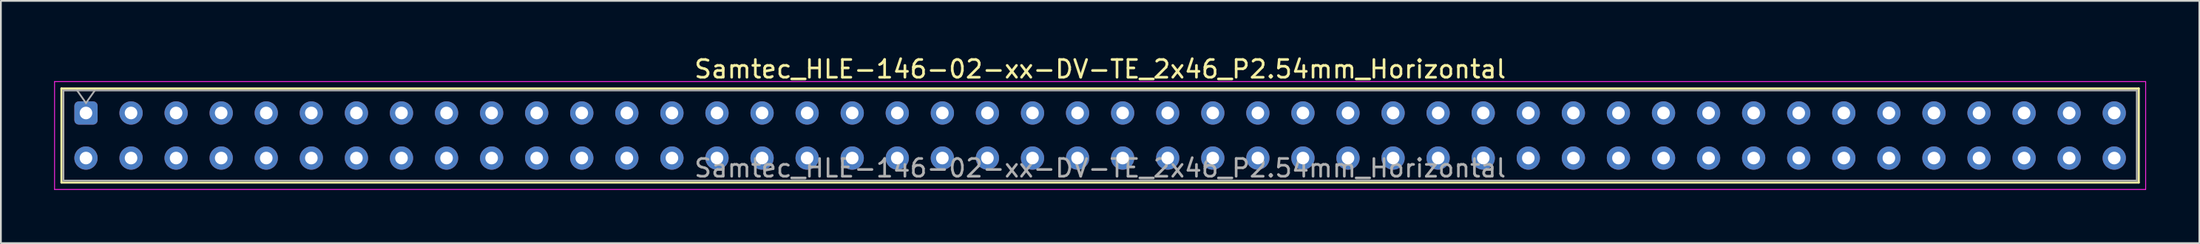
<source format=kicad_pcb>
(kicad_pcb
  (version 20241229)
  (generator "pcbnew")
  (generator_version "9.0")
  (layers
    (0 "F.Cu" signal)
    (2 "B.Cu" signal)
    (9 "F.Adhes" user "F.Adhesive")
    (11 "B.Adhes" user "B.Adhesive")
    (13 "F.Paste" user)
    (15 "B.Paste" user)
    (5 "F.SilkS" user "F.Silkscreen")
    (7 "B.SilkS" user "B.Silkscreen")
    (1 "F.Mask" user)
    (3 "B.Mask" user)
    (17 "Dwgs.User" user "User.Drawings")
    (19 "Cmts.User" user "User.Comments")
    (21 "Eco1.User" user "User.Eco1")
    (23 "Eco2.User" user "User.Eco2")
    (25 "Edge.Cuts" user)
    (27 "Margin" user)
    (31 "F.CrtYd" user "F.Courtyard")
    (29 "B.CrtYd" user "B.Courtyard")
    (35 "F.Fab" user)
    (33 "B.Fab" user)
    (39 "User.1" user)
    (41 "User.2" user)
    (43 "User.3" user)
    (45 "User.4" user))
  (footprint "Samtec_HLE-146-02-xx-DV-TE_2x46_P2.54mm_Horizontal"
    (layer "F.Cu")
    (at 1.795 3.318)
    (property "Reference" "Samtec_HLE-146-02-xx-DV-TE_2x46_P2.54mm_Horizontal" (at 57.15 -2.47 0) (layer "F.SilkS") (effects (font (size 1 1) (thickness 0.15))))
    (attr through_hole)
    (fp_line (start -1.38 -1.38) (end 115.68 -1.38) (stroke (width 0.12) (type solid)) (layer "F.SilkS"))
    (fp_line (start -1.38 3.92) (end -1.38 -1.38) (stroke (width 0.12) (type solid)) (layer "F.SilkS"))
    (fp_line (start 115.68 -1.38) (end 115.68 3.92) (stroke (width 0.12) (type solid)) (layer "F.SilkS"))
    (fp_line (start 115.68 3.92) (end -1.38 3.92) (stroke (width 0.12) (type solid)) (layer "F.SilkS"))
    (fp_line (start -1.77 -1.77) (end 116.07 -1.77) (stroke (width 0.05) (type solid)) (layer "F.CrtYd"))
    (fp_line (start -1.77 4.31) (end -1.77 -1.77) (stroke (width 0.05) (type solid)) (layer "F.CrtYd"))
    (fp_line (start 116.07 -1.77) (end 116.07 4.31) (stroke (width 0.05) (type solid)) (layer "F.CrtYd"))
    (fp_line (start 116.07 4.31) (end -1.77 4.31) (stroke (width 0.05) (type solid)) (layer "F.CrtYd"))
    (fp_line (start -1.27 -1.27) (end 115.57 -1.27) (stroke (width 0.1) (type solid)) (layer "F.Fab"))
    (fp_line (start -1.27 3.81) (end -1.27 -1.27) (stroke (width 0.1) (type solid)) (layer "F.Fab"))
    (fp_line (start -0.5 -1.27) (end 0 -0.563) (stroke (width 0.1) (type solid)) (layer "F.Fab"))
    (fp_line (start 0 -0.563) (end 0.5 -1.27) (stroke (width 0.1) (type solid)) (layer "F.Fab"))
    (fp_line (start 115.57 -1.27) (end 115.57 3.81) (stroke (width 0.1) (type solid)) (layer "F.Fab"))
    (fp_line (start 115.57 3.81) (end -1.27 3.81) (stroke (width 0.1) (type solid)) (layer "F.Fab"))
    (fp_text user "${REFERENCE}" (at 57.15 3.11 0) (layer "F.Fab") (effects (font (size 1 1) (thickness 0.15))))
    (pad "1" thru_hole roundrect (at 0 0) (size 1.31 1.31) (drill 0.71) (layers "*.Cu" "*.Mask") (roundrect_rratio 0.191))
    (pad "2" thru_hole circle (at 0 2.54) (size 1.31 1.31) (drill 0.71) (layers "*.Cu" "*.Mask"))
    (pad "3" thru_hole circle (at 2.54 0) (size 1.31 1.31) (drill 0.71) (layers "*.Cu" "*.Mask"))
    (pad "4" thru_hole circle (at 2.54 2.54) (size 1.31 1.31) (drill 0.71) (layers "*.Cu" "*.Mask"))
    (pad "5" thru_hole circle (at 5.08 0) (size 1.31 1.31) (drill 0.71) (layers "*.Cu" "*.Mask"))
    (pad "6" thru_hole circle (at 5.08 2.54) (size 1.31 1.31) (drill 0.71) (layers "*.Cu" "*.Mask"))
    (pad "7" thru_hole circle (at 7.62 0) (size 1.31 1.31) (drill 0.71) (layers "*.Cu" "*.Mask"))
    (pad "8" thru_hole circle (at 7.62 2.54) (size 1.31 1.31) (drill 0.71) (layers "*.Cu" "*.Mask"))
    (pad "9" thru_hole circle (at 10.16 0) (size 1.31 1.31) (drill 0.71) (layers "*.Cu" "*.Mask"))
    (pad "10" thru_hole circle (at 10.16 2.54) (size 1.31 1.31) (drill 0.71) (layers "*.Cu" "*.Mask"))
    (pad "11" thru_hole circle (at 12.7 0) (size 1.31 1.31) (drill 0.71) (layers "*.Cu" "*.Mask"))
    (pad "12" thru_hole circle (at 12.7 2.54) (size 1.31 1.31) (drill 0.71) (layers "*.Cu" "*.Mask"))
    (pad "13" thru_hole circle (at 15.24 0) (size 1.31 1.31) (drill 0.71) (layers "*.Cu" "*.Mask"))
    (pad "14" thru_hole circle (at 15.24 2.54) (size 1.31 1.31) (drill 0.71) (layers "*.Cu" "*.Mask"))
    (pad "15" thru_hole circle (at 17.78 0) (size 1.31 1.31) (drill 0.71) (layers "*.Cu" "*.Mask"))
    (pad "16" thru_hole circle (at 17.78 2.54) (size 1.31 1.31) (drill 0.71) (layers "*.Cu" "*.Mask"))
    (pad "17" thru_hole circle (at 20.32 0) (size 1.31 1.31) (drill 0.71) (layers "*.Cu" "*.Mask"))
    (pad "18" thru_hole circle (at 20.32 2.54) (size 1.31 1.31) (drill 0.71) (layers "*.Cu" "*.Mask"))
    (pad "19" thru_hole circle (at 22.86 0) (size 1.31 1.31) (drill 0.71) (layers "*.Cu" "*.Mask"))
    (pad "20" thru_hole circle (at 22.86 2.54) (size 1.31 1.31) (drill 0.71) (layers "*.Cu" "*.Mask"))
    (pad "21" thru_hole circle (at 25.4 0) (size 1.31 1.31) (drill 0.71) (layers "*.Cu" "*.Mask"))
    (pad "22" thru_hole circle (at 25.4 2.54) (size 1.31 1.31) (drill 0.71) (layers "*.Cu" "*.Mask"))
    (pad "23" thru_hole circle (at 27.94 0) (size 1.31 1.31) (drill 0.71) (layers "*.Cu" "*.Mask"))
    (pad "24" thru_hole circle (at 27.94 2.54) (size 1.31 1.31) (drill 0.71) (layers "*.Cu" "*.Mask"))
    (pad "25" thru_hole circle (at 30.48 0) (size 1.31 1.31) (drill 0.71) (layers "*.Cu" "*.Mask"))
    (pad "26" thru_hole circle (at 30.48 2.54) (size 1.31 1.31) (drill 0.71) (layers "*.Cu" "*.Mask"))
    (pad "27" thru_hole circle (at 33.02 0) (size 1.31 1.31) (drill 0.71) (layers "*.Cu" "*.Mask"))
    (pad "28" thru_hole circle (at 33.02 2.54) (size 1.31 1.31) (drill 0.71) (layers "*.Cu" "*.Mask"))
    (pad "29" thru_hole circle (at 35.56 0) (size 1.31 1.31) (drill 0.71) (layers "*.Cu" "*.Mask"))
    (pad "30" thru_hole circle (at 35.56 2.54) (size 1.31 1.31) (drill 0.71) (layers "*.Cu" "*.Mask"))
    (pad "31" thru_hole circle (at 38.1 0) (size 1.31 1.31) (drill 0.71) (layers "*.Cu" "*.Mask"))
    (pad "32" thru_hole circle (at 38.1 2.54) (size 1.31 1.31) (drill 0.71) (layers "*.Cu" "*.Mask"))
    (pad "33" thru_hole circle (at 40.64 0) (size 1.31 1.31) (drill 0.71) (layers "*.Cu" "*.Mask"))
    (pad "34" thru_hole circle (at 40.64 2.54) (size 1.31 1.31) (drill 0.71) (layers "*.Cu" "*.Mask"))
    (pad "35" thru_hole circle (at 43.18 0) (size 1.31 1.31) (drill 0.71) (layers "*.Cu" "*.Mask"))
    (pad "36" thru_hole circle (at 43.18 2.54) (size 1.31 1.31) (drill 0.71) (layers "*.Cu" "*.Mask"))
    (pad "37" thru_hole circle (at 45.72 0) (size 1.31 1.31) (drill 0.71) (layers "*.Cu" "*.Mask"))
    (pad "38" thru_hole circle (at 45.72 2.54) (size 1.31 1.31) (drill 0.71) (layers "*.Cu" "*.Mask"))
    (pad "39" thru_hole circle (at 48.26 0) (size 1.31 1.31) (drill 0.71) (layers "*.Cu" "*.Mask"))
    (pad "40" thru_hole circle (at 48.26 2.54) (size 1.31 1.31) (drill 0.71) (layers "*.Cu" "*.Mask"))
    (pad "41" thru_hole circle (at 50.8 0) (size 1.31 1.31) (drill 0.71) (layers "*.Cu" "*.Mask"))
    (pad "42" thru_hole circle (at 50.8 2.54) (size 1.31 1.31) (drill 0.71) (layers "*.Cu" "*.Mask"))
    (pad "43" thru_hole circle (at 53.34 0) (size 1.31 1.31) (drill 0.71) (layers "*.Cu" "*.Mask"))
    (pad "44" thru_hole circle (at 53.34 2.54) (size 1.31 1.31) (drill 0.71) (layers "*.Cu" "*.Mask"))
    (pad "45" thru_hole circle (at 55.88 0) (size 1.31 1.31) (drill 0.71) (layers "*.Cu" "*.Mask"))
    (pad "46" thru_hole circle (at 55.88 2.54) (size 1.31 1.31) (drill 0.71) (layers "*.Cu" "*.Mask"))
    (pad "47" thru_hole circle (at 58.42 0) (size 1.31 1.31) (drill 0.71) (layers "*.Cu" "*.Mask"))
    (pad "48" thru_hole circle (at 58.42 2.54) (size 1.31 1.31) (drill 0.71) (layers "*.Cu" "*.Mask"))
    (pad "49" thru_hole circle (at 60.96 0) (size 1.31 1.31) (drill 0.71) (layers "*.Cu" "*.Mask"))
    (pad "50" thru_hole circle (at 60.96 2.54) (size 1.31 1.31) (drill 0.71) (layers "*.Cu" "*.Mask"))
    (pad "51" thru_hole circle (at 63.5 0) (size 1.31 1.31) (drill 0.71) (layers "*.Cu" "*.Mask"))
    (pad "52" thru_hole circle (at 63.5 2.54) (size 1.31 1.31) (drill 0.71) (layers "*.Cu" "*.Mask"))
    (pad "53" thru_hole circle (at 66.04 0) (size 1.31 1.31) (drill 0.71) (layers "*.Cu" "*.Mask"))
    (pad "54" thru_hole circle (at 66.04 2.54) (size 1.31 1.31) (drill 0.71) (layers "*.Cu" "*.Mask"))
    (pad "55" thru_hole circle (at 68.58 0) (size 1.31 1.31) (drill 0.71) (layers "*.Cu" "*.Mask"))
    (pad "56" thru_hole circle (at 68.58 2.54) (size 1.31 1.31) (drill 0.71) (layers "*.Cu" "*.Mask"))
    (pad "57" thru_hole circle (at 71.12 0) (size 1.31 1.31) (drill 0.71) (layers "*.Cu" "*.Mask"))
    (pad "58" thru_hole circle (at 71.12 2.54) (size 1.31 1.31) (drill 0.71) (layers "*.Cu" "*.Mask"))
    (pad "59" thru_hole circle (at 73.66 0) (size 1.31 1.31) (drill 0.71) (layers "*.Cu" "*.Mask"))
    (pad "60" thru_hole circle (at 73.66 2.54) (size 1.31 1.31) (drill 0.71) (layers "*.Cu" "*.Mask"))
    (pad "61" thru_hole circle (at 76.2 0) (size 1.31 1.31) (drill 0.71) (layers "*.Cu" "*.Mask"))
    (pad "62" thru_hole circle (at 76.2 2.54) (size 1.31 1.31) (drill 0.71) (layers "*.Cu" "*.Mask"))
    (pad "63" thru_hole circle (at 78.74 0) (size 1.31 1.31) (drill 0.71) (layers "*.Cu" "*.Mask"))
    (pad "64" thru_hole circle (at 78.74 2.54) (size 1.31 1.31) (drill 0.71) (layers "*.Cu" "*.Mask"))
    (pad "65" thru_hole circle (at 81.28 0) (size 1.31 1.31) (drill 0.71) (layers "*.Cu" "*.Mask"))
    (pad "66" thru_hole circle (at 81.28 2.54) (size 1.31 1.31) (drill 0.71) (layers "*.Cu" "*.Mask"))
    (pad "67" thru_hole circle (at 83.82 0) (size 1.31 1.31) (drill 0.71) (layers "*.Cu" "*.Mask"))
    (pad "68" thru_hole circle (at 83.82 2.54) (size 1.31 1.31) (drill 0.71) (layers "*.Cu" "*.Mask"))
    (pad "69" thru_hole circle (at 86.36 0) (size 1.31 1.31) (drill 0.71) (layers "*.Cu" "*.Mask"))
    (pad "70" thru_hole circle (at 86.36 2.54) (size 1.31 1.31) (drill 0.71) (layers "*.Cu" "*.Mask"))
    (pad "71" thru_hole circle (at 88.9 0) (size 1.31 1.31) (drill 0.71) (layers "*.Cu" "*.Mask"))
    (pad "72" thru_hole circle (at 88.9 2.54) (size 1.31 1.31) (drill 0.71) (layers "*.Cu" "*.Mask"))
    (pad "73" thru_hole circle (at 91.44 0) (size 1.31 1.31) (drill 0.71) (layers "*.Cu" "*.Mask"))
    (pad "74" thru_hole circle (at 91.44 2.54) (size 1.31 1.31) (drill 0.71) (layers "*.Cu" "*.Mask"))
    (pad "75" thru_hole circle (at 93.98 0) (size 1.31 1.31) (drill 0.71) (layers "*.Cu" "*.Mask"))
    (pad "76" thru_hole circle (at 93.98 2.54) (size 1.31 1.31) (drill 0.71) (layers "*.Cu" "*.Mask"))
    (pad "77" thru_hole circle (at 96.52 0) (size 1.31 1.31) (drill 0.71) (layers "*.Cu" "*.Mask"))
    (pad "78" thru_hole circle (at 96.52 2.54) (size 1.31 1.31) (drill 0.71) (layers "*.Cu" "*.Mask"))
    (pad "79" thru_hole circle (at 99.06 0) (size 1.31 1.31) (drill 0.71) (layers "*.Cu" "*.Mask"))
    (pad "80" thru_hole circle (at 99.06 2.54) (size 1.31 1.31) (drill 0.71) (layers "*.Cu" "*.Mask"))
    (pad "81" thru_hole circle (at 101.6 0) (size 1.31 1.31) (drill 0.71) (layers "*.Cu" "*.Mask"))
    (pad "82" thru_hole circle (at 101.6 2.54) (size 1.31 1.31) (drill 0.71) (layers "*.Cu" "*.Mask"))
    (pad "83" thru_hole circle (at 104.14 0) (size 1.31 1.31) (drill 0.71) (layers "*.Cu" "*.Mask"))
    (pad "84" thru_hole circle (at 104.14 2.54) (size 1.31 1.31) (drill 0.71) (layers "*.Cu" "*.Mask"))
    (pad "85" thru_hole circle (at 106.68 0) (size 1.31 1.31) (drill 0.71) (layers "*.Cu" "*.Mask"))
    (pad "86" thru_hole circle (at 106.68 2.54) (size 1.31 1.31) (drill 0.71) (layers "*.Cu" "*.Mask"))
    (pad "87" thru_hole circle (at 109.22 0) (size 1.31 1.31) (drill 0.71) (layers "*.Cu" "*.Mask"))
    (pad "88" thru_hole circle (at 109.22 2.54) (size 1.31 1.31) (drill 0.71) (layers "*.Cu" "*.Mask"))
    (pad "89" thru_hole circle (at 111.76 0) (size 1.31 1.31) (drill 0.71) (layers "*.Cu" "*.Mask"))
    (pad "90" thru_hole circle (at 111.76 2.54) (size 1.31 1.31) (drill 0.71) (layers "*.Cu" "*.Mask"))
    (pad "91" thru_hole circle (at 114.3 0) (size 1.31 1.31) (drill 0.71) (layers "*.Cu" "*.Mask"))
    (pad "92" thru_hole circle (at 114.3 2.54) (size 1.31 1.31) (drill 0.71) (layers "*.Cu" "*.Mask")))
  (gr_rect
    (start -3 -3)
    (end 120.89 10.653)
    (stroke (width 0.1) (type default))
    (fill no)
    (layer "Edge.Cuts")))
</source>
